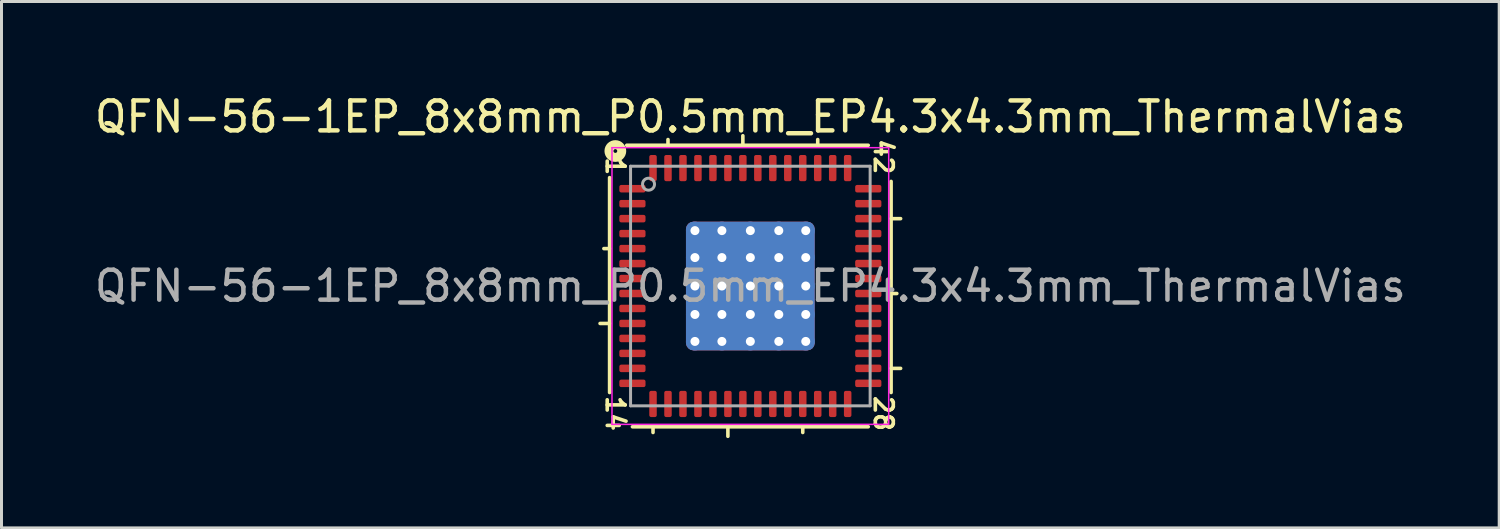
<source format=kicad_pcb>
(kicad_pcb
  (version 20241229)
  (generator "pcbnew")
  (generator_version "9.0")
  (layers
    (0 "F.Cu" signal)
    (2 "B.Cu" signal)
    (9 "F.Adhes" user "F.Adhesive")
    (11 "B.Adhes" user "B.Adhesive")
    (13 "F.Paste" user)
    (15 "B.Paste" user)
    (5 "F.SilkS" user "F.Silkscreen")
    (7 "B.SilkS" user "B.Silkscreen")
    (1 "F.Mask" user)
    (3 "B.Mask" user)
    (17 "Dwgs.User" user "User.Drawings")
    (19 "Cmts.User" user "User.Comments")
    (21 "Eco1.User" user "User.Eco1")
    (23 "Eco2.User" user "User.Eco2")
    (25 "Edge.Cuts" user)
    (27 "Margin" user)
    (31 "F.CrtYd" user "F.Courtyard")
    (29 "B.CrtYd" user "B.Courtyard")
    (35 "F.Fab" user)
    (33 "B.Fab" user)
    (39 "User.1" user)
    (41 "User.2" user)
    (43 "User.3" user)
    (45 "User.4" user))
  (footprint "QFN-56-1EP_8x8mm_P0.5mm_EP4.3x4.3mm_ThermalVias"
    (layer "F.Cu")
    (at 22.006 6.501)
    (property "Reference" "QFN-56-1EP_8x8mm_P0.5mm_EP4.3x4.3mm_ThermalVias" (at 0 -5.652 0) (layer "F.SilkS") (effects (font (size 1 1) (thickness 0.15))))
    (attr smd)
    (fp_line (start -4.7 -3.619) (end -4.7 3.556) (stroke (width 0.12) (type solid)) (layer "F.SilkS"))
    (fp_line (start -4.7 -1.25) (end -4.891 -1.25) (stroke (width 0.12) (type solid)) (layer "F.SilkS"))
    (fp_line (start -4.7 1.25) (end -5.018 1.25) (stroke (width 0.12) (type solid)) (layer "F.SilkS"))
    (fp_line (start -3.937 4.7) (end 3.937 4.7) (stroke (width 0.12) (type solid)) (layer "F.SilkS"))
    (fp_line (start -3.25 4.891) (end -3.25 4.7) (stroke (width 0.12) (type solid)) (layer "F.SilkS"))
    (fp_line (start -2.75 -4.7) (end -2.75 -4.891) (stroke (width 0.12) (type solid)) (layer "F.SilkS"))
    (fp_line (start -0.75 5.018) (end -0.75 4.7) (stroke (width 0.12) (type solid)) (layer "F.SilkS"))
    (fp_line (start -0.25 -4.7) (end -0.25 -5.018) (stroke (width 0.12) (type solid)) (layer "F.SilkS"))
    (fp_line (start 1.75 4.891) (end 1.75 4.7) (stroke (width 0.12) (type solid)) (layer "F.SilkS"))
    (fp_line (start 2.25 -4.7) (end 2.25 -4.891) (stroke (width 0.12) (type solid)) (layer "F.SilkS"))
    (fp_line (start 3.937 -4.7) (end -4.128 -4.7) (stroke (width 0.12) (type solid)) (layer "F.SilkS"))
    (fp_line (start 4.7 -2.25) (end 5.018 -2.25) (stroke (width 0.12) (type solid)) (layer "F.SilkS"))
    (fp_line (start 4.7 0.25) (end 4.891 0.25) (stroke (width 0.12) (type solid)) (layer "F.SilkS"))
    (fp_line (start 4.7 2.75) (end 5.018 2.75) (stroke (width 0.12) (type solid)) (layer "F.SilkS"))
    (fp_line (start 4.7 3.556) (end 4.7 -3.493) (stroke (width 0.12) (type solid)) (layer "F.SilkS"))
    (fp_circle (center -4.508 -4.508) (end -4.445 -4.508) (stroke (width 0.3) (type solid)) (fill no) (layer "F.SilkS"))
    (fp_line (start -4.62 -4.62) (end -4.62 4.62) (stroke (width 0.05) (type solid)) (layer "F.CrtYd"))
    (fp_line (start -4.62 4.62) (end 4.62 4.62) (stroke (width 0.05) (type solid)) (layer "F.CrtYd"))
    (fp_line (start 4.62 -4.62) (end -4.62 -4.62) (stroke (width 0.05) (type solid)) (layer "F.CrtYd"))
    (fp_line (start 4.62 4.62) (end 4.62 -4.62) (stroke (width 0.05) (type solid)) (layer "F.CrtYd"))
    (fp_line (start -4 -4) (end 4 -4) (stroke (width 0.1) (type solid)) (layer "F.Fab"))
    (fp_line (start -4 4) (end -4 -4) (stroke (width 0.1) (type solid)) (layer "F.Fab"))
    (fp_line (start 4 -4) (end 4 4) (stroke (width 0.1) (type solid)) (layer "F.Fab"))
    (fp_line (start 4 4) (end -4 4) (stroke (width 0.1) (type solid)) (layer "F.Fab"))
    (fp_circle (center -3.4 -3.4) (end -3.2 -3.4) (stroke (width 0.1) (type solid)) (fill no) (layer "F.Fab"))
    (fp_text user "1" (at -4.508 -4 270) (unlocked yes) (layer "F.SilkS") (effects (font (size 0.6 0.6) (thickness 0.12))))
    (fp_text user "14" (at -4.508 4.255 270) (unlocked yes) (layer "F.SilkS") (effects (font (size 0.6 0.6) (thickness 0.12))))
    (fp_text user "42" (at 4.445 -4.318 270) (unlocked yes) (layer "F.SilkS") (effects (font (size 0.6 0.6) (thickness 0.12))))
    (fp_text user "28" (at 4.445 4.255 270) (unlocked yes) (layer "F.SilkS") (effects (font (size 0.6 0.6) (thickness 0.12))))
    (fp_text user "${REFERENCE}" (at 0 0 0) (layer "F.Fab") (effects (font (size 1 1) (thickness 0.15))))
    (pad "" smd custom (at -1.425 -1.425) (size 0.716 0.716) (layers "F.Paste") (options (anchor circle)) (primitives (gr_poly (pts (xy 0.299 -0.202) (xy 0.299 0.202) (xy 0.202 0.299) (xy -0.202 0.299) (xy -0.299 0.202) (xy -0.299 -0.202) (xy -0.202 -0.299) (xy 0.202 -0.299)) (width 0.234) (fill yes))))
    (pad "" smd custom (at -1.425 -0.475) (size 0.716 0.716) (layers "F.Paste") (options (anchor circle)) (primitives (gr_poly (pts (xy 0.299 -0.202) (xy 0.299 0.202) (xy 0.202 0.299) (xy -0.202 0.299) (xy -0.299 0.202) (xy -0.299 -0.202) (xy -0.202 -0.299) (xy 0.202 -0.299)) (width 0.234) (fill yes))))
    (pad "" smd custom (at -1.425 0.475) (size 0.716 0.716) (layers "F.Paste") (options (anchor circle)) (primitives (gr_poly (pts (xy 0.299 -0.202) (xy 0.299 0.202) (xy 0.202 0.299) (xy -0.202 0.299) (xy -0.299 0.202) (xy -0.299 -0.202) (xy -0.202 -0.299) (xy 0.202 -0.299)) (width 0.234) (fill yes))))
    (pad "" smd custom (at -1.425 1.425) (size 0.716 0.716) (layers "F.Paste") (options (anchor circle)) (primitives (gr_poly (pts (xy 0.299 -0.202) (xy 0.299 0.202) (xy 0.202 0.299) (xy -0.202 0.299) (xy -0.299 0.202) (xy -0.299 -0.202) (xy -0.202 -0.299) (xy 0.202 -0.299)) (width 0.234) (fill yes))))
    (pad "" smd custom (at -0.475 -1.425) (size 0.716 0.716) (layers "F.Paste") (options (anchor circle)) (primitives (gr_poly (pts (xy 0.299 -0.202) (xy 0.299 0.202) (xy 0.202 0.299) (xy -0.202 0.299) (xy -0.299 0.202) (xy -0.299 -0.202) (xy -0.202 -0.299) (xy 0.202 -0.299)) (width 0.234) (fill yes))))
    (pad "" smd custom (at -0.475 -0.475) (size 0.716 0.716) (layers "F.Paste") (options (anchor circle)) (primitives (gr_poly (pts (xy 0.299 -0.202) (xy 0.299 0.202) (xy 0.202 0.299) (xy -0.202 0.299) (xy -0.299 0.202) (xy -0.299 -0.202) (xy -0.202 -0.299) (xy 0.202 -0.299)) (width 0.234) (fill yes))))
    (pad "" smd custom (at -0.475 0.475) (size 0.716 0.716) (layers "F.Paste") (options (anchor circle)) (primitives (gr_poly (pts (xy 0.299 -0.202) (xy 0.299 0.202) (xy 0.202 0.299) (xy -0.202 0.299) (xy -0.299 0.202) (xy -0.299 -0.202) (xy -0.202 -0.299) (xy 0.202 -0.299)) (width 0.234) (fill yes))))
    (pad "" smd custom (at -0.475 1.425) (size 0.716 0.716) (layers "F.Paste") (options (anchor circle)) (primitives (gr_poly (pts (xy 0.299 -0.202) (xy 0.299 0.202) (xy 0.202 0.299) (xy -0.202 0.299) (xy -0.299 0.202) (xy -0.299 -0.202) (xy -0.202 -0.299) (xy 0.202 -0.299)) (width 0.234) (fill yes))))
    (pad "" smd custom (at 0.475 -1.425) (size 0.716 0.716) (layers "F.Paste") (options (anchor circle)) (primitives (gr_poly (pts (xy 0.299 -0.202) (xy 0.299 0.202) (xy 0.202 0.299) (xy -0.202 0.299) (xy -0.299 0.202) (xy -0.299 -0.202) (xy -0.202 -0.299) (xy 0.202 -0.299)) (width 0.234) (fill yes))))
    (pad "" smd custom (at 0.475 -0.475) (size 0.716 0.716) (layers "F.Paste") (options (anchor circle)) (primitives (gr_poly (pts (xy 0.299 -0.202) (xy 0.299 0.202) (xy 0.202 0.299) (xy -0.202 0.299) (xy -0.299 0.202) (xy -0.299 -0.202) (xy -0.202 -0.299) (xy 0.202 -0.299)) (width 0.234) (fill yes))))
    (pad "" smd custom (at 0.475 0.475) (size 0.716 0.716) (layers "F.Paste") (options (anchor circle)) (primitives (gr_poly (pts (xy 0.299 -0.202) (xy 0.299 0.202) (xy 0.202 0.299) (xy -0.202 0.299) (xy -0.299 0.202) (xy -0.299 -0.202) (xy -0.202 -0.299) (xy 0.202 -0.299)) (width 0.234) (fill yes))))
    (pad "" smd custom (at 0.475 1.425) (size 0.716 0.716) (layers "F.Paste") (options (anchor circle)) (primitives (gr_poly (pts (xy 0.299 -0.202) (xy 0.299 0.202) (xy 0.202 0.299) (xy -0.202 0.299) (xy -0.299 0.202) (xy -0.299 -0.202) (xy -0.202 -0.299) (xy 0.202 -0.299)) (width 0.234) (fill yes))))
    (pad "" smd custom (at 1.425 -1.425) (size 0.716 0.716) (layers "F.Paste") (options (anchor circle)) (primitives (gr_poly (pts (xy 0.299 -0.202) (xy 0.299 0.202) (xy 0.202 0.299) (xy -0.202 0.299) (xy -0.299 0.202) (xy -0.299 -0.202) (xy -0.202 -0.299) (xy 0.202 -0.299)) (width 0.234) (fill yes))))
    (pad "" smd custom (at 1.425 -0.475) (size 0.716 0.716) (layers "F.Paste") (options (anchor circle)) (primitives (gr_poly (pts (xy 0.299 -0.202) (xy 0.299 0.202) (xy 0.202 0.299) (xy -0.202 0.299) (xy -0.299 0.202) (xy -0.299 -0.202) (xy -0.202 -0.299) (xy 0.202 -0.299)) (width 0.234) (fill yes))))
    (pad "" smd custom (at 1.425 0.475) (size 0.716 0.716) (layers "F.Paste") (options (anchor circle)) (primitives (gr_poly (pts (xy 0.299 -0.202) (xy 0.299 0.202) (xy 0.202 0.299) (xy -0.202 0.299) (xy -0.299 0.202) (xy -0.299 -0.202) (xy -0.202 -0.299) (xy 0.202 -0.299)) (width 0.234) (fill yes))))
    (pad "" smd custom (at 1.425 1.425) (size 0.716 0.716) (layers "F.Paste") (options (anchor circle)) (primitives (gr_poly (pts (xy 0.299 -0.202) (xy 0.299 0.202) (xy 0.202 0.299) (xy -0.202 0.299) (xy -0.299 0.202) (xy -0.299 -0.202) (xy -0.202 -0.299) (xy 0.202 -0.299)) (width 0.234) (fill yes))))
    (pad "1" smd roundrect (at -3.938 -3.25) (size 0.875 0.25) (layers "F.Cu" "F.Mask" "F.Paste") (roundrect_rratio 0.25))
    (pad "2" smd roundrect (at -3.938 -2.75) (size 0.875 0.25) (layers "F.Cu" "F.Mask" "F.Paste") (roundrect_rratio 0.25))
    (pad "3" smd roundrect (at -3.938 -2.25) (size 0.875 0.25) (layers "F.Cu" "F.Mask" "F.Paste") (roundrect_rratio 0.25))
    (pad "4" smd roundrect (at -3.938 -1.75) (size 0.875 0.25) (layers "F.Cu" "F.Mask" "F.Paste") (roundrect_rratio 0.25))
    (pad "5" smd roundrect (at -3.938 -1.25) (size 0.875 0.25) (layers "F.Cu" "F.Mask" "F.Paste") (roundrect_rratio 0.25))
    (pad "6" smd roundrect (at -3.938 -0.75) (size 0.875 0.25) (layers "F.Cu" "F.Mask" "F.Paste") (roundrect_rratio 0.25))
    (pad "7" smd roundrect (at -3.938 -0.25) (size 0.875 0.25) (layers "F.Cu" "F.Mask" "F.Paste") (roundrect_rratio 0.25))
    (pad "8" smd roundrect (at -3.938 0.25) (size 0.875 0.25) (layers "F.Cu" "F.Mask" "F.Paste") (roundrect_rratio 0.25))
    (pad "9" smd roundrect (at -3.938 0.75) (size 0.875 0.25) (layers "F.Cu" "F.Mask" "F.Paste") (roundrect_rratio 0.25))
    (pad "10" smd roundrect (at -3.938 1.25) (size 0.875 0.25) (layers "F.Cu" "F.Mask" "F.Paste") (roundrect_rratio 0.25))
    (pad "11" smd roundrect (at -3.938 1.75) (size 0.875 0.25) (layers "F.Cu" "F.Mask" "F.Paste") (roundrect_rratio 0.25))
    (pad "12" smd roundrect (at -3.938 2.25) (size 0.875 0.25) (layers "F.Cu" "F.Mask" "F.Paste") (roundrect_rratio 0.25))
    (pad "13" smd roundrect (at -3.938 2.75) (size 0.875 0.25) (layers "F.Cu" "F.Mask" "F.Paste") (roundrect_rratio 0.25))
    (pad "14" smd roundrect (at -3.938 3.25) (size 0.875 0.25) (layers "F.Cu" "F.Mask" "F.Paste") (roundrect_rratio 0.25))
    (pad "15" smd roundrect (at -3.25 3.938) (size 0.25 0.875) (layers "F.Cu" "F.Mask" "F.Paste") (roundrect_rratio 0.25))
    (pad "16" smd roundrect (at -2.75 3.938) (size 0.25 0.875) (layers "F.Cu" "F.Mask" "F.Paste") (roundrect_rratio 0.25))
    (pad "17" smd roundrect (at -2.25 3.938) (size 0.25 0.875) (layers "F.Cu" "F.Mask" "F.Paste") (roundrect_rratio 0.25))
    (pad "18" smd roundrect (at -1.75 3.938) (size 0.25 0.875) (layers "F.Cu" "F.Mask" "F.Paste") (roundrect_rratio 0.25))
    (pad "19" smd roundrect (at -1.25 3.938) (size 0.25 0.875) (layers "F.Cu" "F.Mask" "F.Paste") (roundrect_rratio 0.25))
    (pad "20" smd roundrect (at -0.75 3.938) (size 0.25 0.875) (layers "F.Cu" "F.Mask" "F.Paste") (roundrect_rratio 0.25))
    (pad "21" smd roundrect (at -0.25 3.938) (size 0.25 0.875) (layers "F.Cu" "F.Mask" "F.Paste") (roundrect_rratio 0.25))
    (pad "22" smd roundrect (at 0.25 3.938) (size 0.25 0.875) (layers "F.Cu" "F.Mask" "F.Paste") (roundrect_rratio 0.25))
    (pad "23" smd roundrect (at 0.75 3.938) (size 0.25 0.875) (layers "F.Cu" "F.Mask" "F.Paste") (roundrect_rratio 0.25))
    (pad "24" smd roundrect (at 1.25 3.938) (size 0.25 0.875) (layers "F.Cu" "F.Mask" "F.Paste") (roundrect_rratio 0.25))
    (pad "25" smd roundrect (at 1.75 3.938) (size 0.25 0.875) (layers "F.Cu" "F.Mask" "F.Paste") (roundrect_rratio 0.25))
    (pad "26" smd roundrect (at 2.25 3.938) (size 0.25 0.875) (layers "F.Cu" "F.Mask" "F.Paste") (roundrect_rratio 0.25))
    (pad "27" smd roundrect (at 2.75 3.938) (size 0.25 0.875) (layers "F.Cu" "F.Mask" "F.Paste") (roundrect_rratio 0.25))
    (pad "28" smd roundrect (at 3.25 3.938) (size 0.25 0.875) (layers "F.Cu" "F.Mask" "F.Paste") (roundrect_rratio 0.25))
    (pad "29" smd roundrect (at 3.938 3.25) (size 0.875 0.25) (layers "F.Cu" "F.Mask" "F.Paste") (roundrect_rratio 0.25))
    (pad "30" smd roundrect (at 3.938 2.75) (size 0.875 0.25) (layers "F.Cu" "F.Mask" "F.Paste") (roundrect_rratio 0.25))
    (pad "31" smd roundrect (at 3.938 2.25) (size 0.875 0.25) (layers "F.Cu" "F.Mask" "F.Paste") (roundrect_rratio 0.25))
    (pad "32" smd roundrect (at 3.938 1.75) (size 0.875 0.25) (layers "F.Cu" "F.Mask" "F.Paste") (roundrect_rratio 0.25))
    (pad "33" smd roundrect (at 3.938 1.25) (size 0.875 0.25) (layers "F.Cu" "F.Mask" "F.Paste") (roundrect_rratio 0.25))
    (pad "34" smd roundrect (at 3.938 0.75) (size 0.875 0.25) (layers "F.Cu" "F.Mask" "F.Paste") (roundrect_rratio 0.25))
    (pad "35" smd roundrect (at 3.938 0.25) (size 0.875 0.25) (layers "F.Cu" "F.Mask" "F.Paste") (roundrect_rratio 0.25))
    (pad "36" smd roundrect (at 3.938 -0.25) (size 0.875 0.25) (layers "F.Cu" "F.Mask" "F.Paste") (roundrect_rratio 0.25))
    (pad "37" smd roundrect (at 3.938 -0.75) (size 0.875 0.25) (layers "F.Cu" "F.Mask" "F.Paste") (roundrect_rratio 0.25))
    (pad "38" smd roundrect (at 3.938 -1.25) (size 0.875 0.25) (layers "F.Cu" "F.Mask" "F.Paste") (roundrect_rratio 0.25))
    (pad "39" smd roundrect (at 3.938 -1.75) (size 0.875 0.25) (layers "F.Cu" "F.Mask" "F.Paste") (roundrect_rratio 0.25))
    (pad "40" smd roundrect (at 3.938 -2.25) (size 0.875 0.25) (layers "F.Cu" "F.Mask" "F.Paste") (roundrect_rratio 0.25))
    (pad "41" smd roundrect (at 3.938 -2.75) (size 0.875 0.25) (layers "F.Cu" "F.Mask" "F.Paste") (roundrect_rratio 0.25))
    (pad "42" smd roundrect (at 3.938 -3.25) (size 0.875 0.25) (layers "F.Cu" "F.Mask" "F.Paste") (roundrect_rratio 0.25))
    (pad "43" smd roundrect (at 3.25 -3.938) (size 0.25 0.875) (layers "F.Cu" "F.Mask" "F.Paste") (roundrect_rratio 0.25))
    (pad "44" smd roundrect (at 2.75 -3.938) (size 0.25 0.875) (layers "F.Cu" "F.Mask" "F.Paste") (roundrect_rratio 0.25))
    (pad "45" smd roundrect (at 2.25 -3.938) (size 0.25 0.875) (layers "F.Cu" "F.Mask" "F.Paste") (roundrect_rratio 0.25))
    (pad "46" smd roundrect (at 1.75 -3.938) (size 0.25 0.875) (layers "F.Cu" "F.Mask" "F.Paste") (roundrect_rratio 0.25))
    (pad "47" smd roundrect (at 1.25 -3.938) (size 0.25 0.875) (layers "F.Cu" "F.Mask" "F.Paste") (roundrect_rratio 0.25))
    (pad "48" smd roundrect (at 0.75 -3.938) (size 0.25 0.875) (layers "F.Cu" "F.Mask" "F.Paste") (roundrect_rratio 0.25))
    (pad "49" smd roundrect (at 0.25 -3.938) (size 0.25 0.875) (layers "F.Cu" "F.Mask" "F.Paste") (roundrect_rratio 0.25))
    (pad "50" smd roundrect (at -0.25 -3.938) (size 0.25 0.875) (layers "F.Cu" "F.Mask" "F.Paste") (roundrect_rratio 0.25))
    (pad "51" smd roundrect (at -0.75 -3.938) (size 0.25 0.875) (layers "F.Cu" "F.Mask" "F.Paste") (roundrect_rratio 0.25))
    (pad "52" smd roundrect (at -1.25 -3.938) (size 0.25 0.875) (layers "F.Cu" "F.Mask" "F.Paste") (roundrect_rratio 0.25))
    (pad "53" smd roundrect (at -1.75 -3.938) (size 0.25 0.875) (layers "F.Cu" "F.Mask" "F.Paste") (roundrect_rratio 0.25))
    (pad "54" smd roundrect (at -2.25 -3.938) (size 0.25 0.875) (layers "F.Cu" "F.Mask" "F.Paste") (roundrect_rratio 0.25))
    (pad "55" smd roundrect (at -2.75 -3.938) (size 0.25 0.875) (layers "F.Cu" "F.Mask" "F.Paste") (roundrect_rratio 0.25))
    (pad "56" smd roundrect (at -3.25 -3.938) (size 0.25 0.875) (layers "F.Cu" "F.Mask" "F.Paste") (roundrect_rratio 0.25))
    (pad "57" thru_hole circle (at -1.85 -1.85) (size 0.6 0.6) (drill 0.3) (property pad_prop_heatsink) (layers "*.Cu"))
    (pad "57" thru_hole circle (at -1.85 -0.95) (size 0.6 0.6) (drill 0.3) (property pad_prop_heatsink) (layers "*.Cu"))
    (pad "57" thru_hole circle (at -1.85 0) (size 0.6 0.6) (drill 0.3) (property pad_prop_heatsink) (layers "*.Cu"))
    (pad "57" thru_hole circle (at -1.85 0.95) (size 0.6 0.6) (drill 0.3) (property pad_prop_heatsink) (layers "*.Cu"))
    (pad "57" thru_hole circle (at -1.85 1.85) (size 0.6 0.6) (drill 0.3) (property pad_prop_heatsink) (layers "*.Cu"))
    (pad "57" thru_hole circle (at -0.95 -1.85) (size 0.6 0.6) (drill 0.3) (property pad_prop_heatsink) (layers "*.Cu"))
    (pad "57" thru_hole circle (at -0.95 -0.95) (size 0.6 0.6) (drill 0.3) (property pad_prop_heatsink) (layers "*.Cu"))
    (pad "57" thru_hole circle (at -0.95 0) (size 0.6 0.6) (drill 0.3) (property pad_prop_heatsink) (layers "*.Cu"))
    (pad "57" thru_hole circle (at -0.95 0.95) (size 0.6 0.6) (drill 0.3) (property pad_prop_heatsink) (layers "*.Cu"))
    (pad "57" thru_hole circle (at -0.95 1.85) (size 0.6 0.6) (drill 0.3) (property pad_prop_heatsink) (layers "*.Cu"))
    (pad "57" thru_hole circle (at 0 -1.85) (size 0.6 0.6) (drill 0.3) (property pad_prop_heatsink) (layers "*.Cu"))
    (pad "57" thru_hole circle (at 0 -0.95) (size 0.6 0.6) (drill 0.3) (property pad_prop_heatsink) (layers "*.Cu"))
    (pad "57" thru_hole circle (at 0 0) (size 0.6 0.6) (drill 0.3) (property pad_prop_heatsink) (layers "*.Cu"))
    (pad "57" smd roundrect (at 0 0) (size 4.3 4.3) (layers "F.Cu" "F.Mask") (roundrect_rratio 0.058))
    (pad "57" smd roundrect (at 0 0) (size 4.3 4.3) (layers "B.Cu" "B.Mask") (roundrect_rratio 0.058))
    (pad "57" thru_hole circle (at 0 0.95) (size 0.6 0.6) (drill 0.3) (property pad_prop_heatsink) (layers "*.Cu"))
    (pad "57" thru_hole circle (at 0 1.85) (size 0.6 0.6) (drill 0.3) (property pad_prop_heatsink) (layers "*.Cu"))
    (pad "57" thru_hole circle (at 0.95 -1.85) (size 0.6 0.6) (drill 0.3) (property pad_prop_heatsink) (layers "*.Cu"))
    (pad "57" thru_hole circle (at 0.95 -0.95) (size 0.6 0.6) (drill 0.3) (property pad_prop_heatsink) (layers "*.Cu"))
    (pad "57" thru_hole circle (at 0.95 0) (size 0.6 0.6) (drill 0.3) (property pad_prop_heatsink) (layers "*.Cu"))
    (pad "57" thru_hole circle (at 0.95 0.95) (size 0.6 0.6) (drill 0.3) (property pad_prop_heatsink) (layers "*.Cu"))
    (pad "57" thru_hole circle (at 0.95 1.85) (size 0.6 0.6) (drill 0.3) (property pad_prop_heatsink) (layers "*.Cu"))
    (pad "57" thru_hole circle (at 1.85 -1.85) (size 0.6 0.6) (drill 0.3) (property pad_prop_heatsink) (layers "*.Cu"))
    (pad "57" thru_hole circle (at 1.85 -0.95) (size 0.6 0.6) (drill 0.3) (property pad_prop_heatsink) (layers "*.Cu"))
    (pad "57" thru_hole circle (at 1.85 0) (size 0.6 0.6) (drill 0.3) (property pad_prop_heatsink) (layers "*.Cu"))
    (pad "57" thru_hole circle (at 1.85 0.95) (size 0.6 0.6) (drill 0.3) (property pad_prop_heatsink) (layers "*.Cu"))
    (pad "57" thru_hole circle (at 1.85 1.85) (size 0.6 0.6) (drill 0.3) (property pad_prop_heatsink) (layers "*.Cu")))
  (gr_rect
    (start -3 -3)
    (end 47.012 14.578)
    (stroke (width 0.1) (type default))
    (fill no)
    (layer "Edge.Cuts")))
</source>
